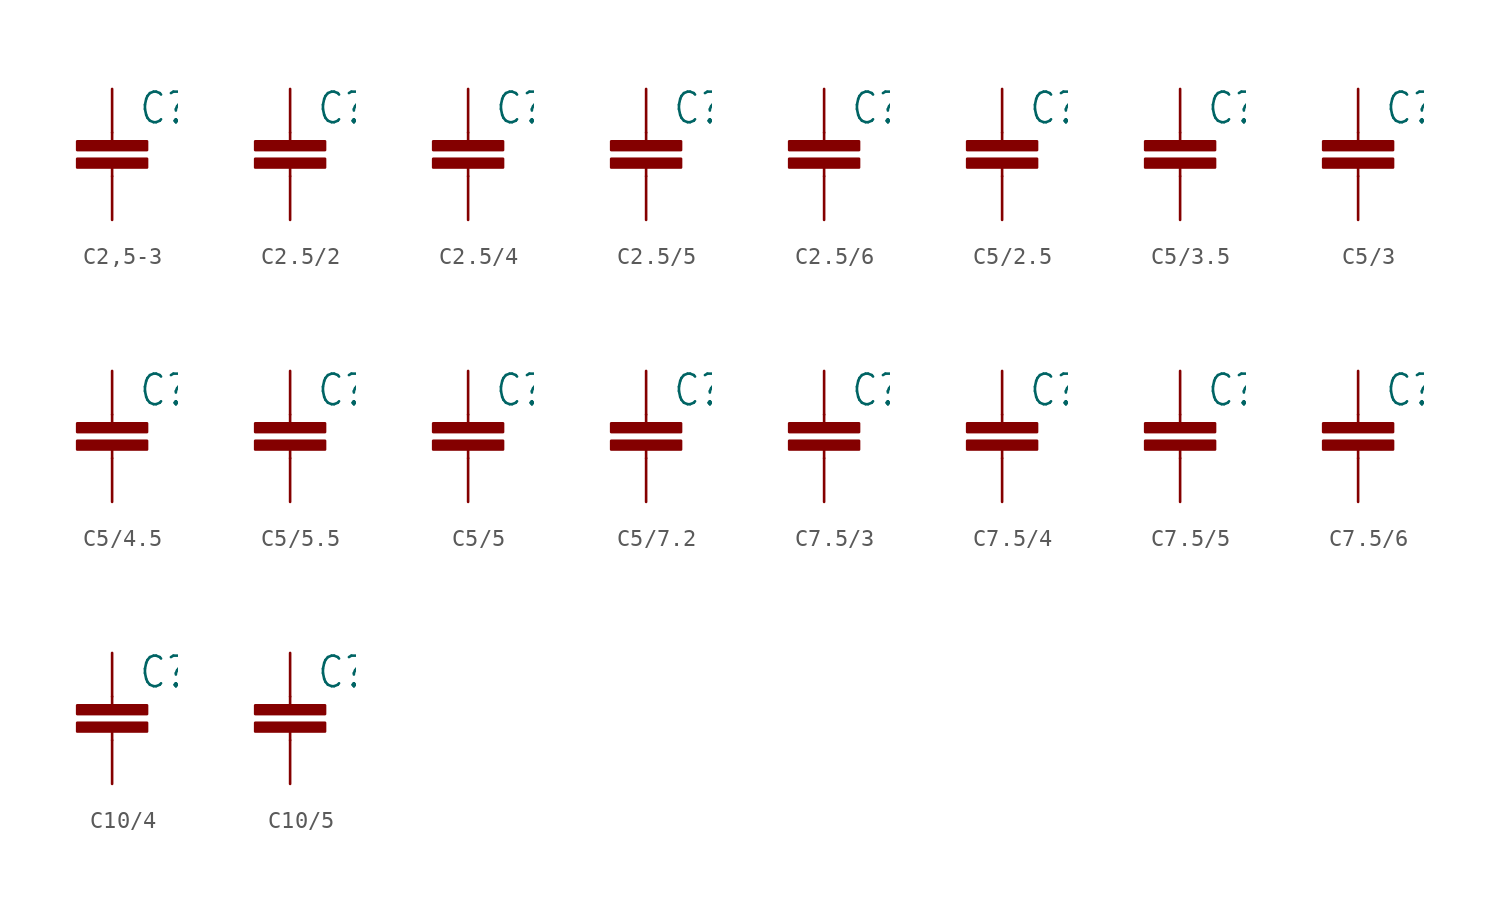
<source format=kicad_sym>
(kicad_symbol_lib
  (version 20241209)
  (generator "kicad_symbol_editor")
  (generator_version "9.0")
  (symbol "C2,5-3"
    (property "Reference" "C"
      (at 1.524 0.381 0)
      (effects (font (size 1.778 1.511)) (justify left bottom)))
    (property "Value" ""
      (at 1.524 -4.699 0)
      (effects (font (size 1.778 1.511)) (justify left bottom)))
    (property "ki_locked" ""
      (at 0 0 0)
      (effects (font (size 1.27 1.27))))
    (symbol "C2,5-3_1_0"
      (rectangle (start -2.032 -1.016) (end 2.032 -0.508) (stroke (width 0) (type default)) (fill (type outline)))
      (rectangle (start -2.032 -2.032) (end 2.032 -1.524) (stroke (width 0) (type default)) (fill (type outline)))
      (polyline (pts (xy 0 0) (xy 0 -0.508)) (stroke (width 0.152) (type solid)) (fill (type none)))
      (polyline (pts (xy 0 -2.54) (xy 0 -2.032)) (stroke (width 0.152) (type solid)) (fill (type none)))
      (pin passive line (at 0 2.54 270) (length 2.54) (name "1" (effects (font (size 0 0)))) (number "1" (effects (font (size 0 0)))))
      (pin passive line (at 0 -5.08 90) (length 2.54) (name "2" (effects (font (size 0 0)))) (number "2" (effects (font (size 0 0)))))))
  (symbol "C2.5/2"
    (property "Reference" "C"
      (at 1.524 0.381 0)
      (effects (font (size 1.778 1.511)) (justify left bottom)))
    (property "Value" ""
      (at 1.524 -4.699 0)
      (effects (font (size 1.778 1.511)) (justify left bottom)))
    (property "ki_locked" ""
      (at 0 0 0)
      (effects (font (size 1.27 1.27))))
    (symbol "C2.5/2_1_0"
      (rectangle (start -2.032 -1.016) (end 2.032 -0.508) (stroke (width 0) (type default)) (fill (type outline)))
      (rectangle (start -2.032 -2.032) (end 2.032 -1.524) (stroke (width 0) (type default)) (fill (type outline)))
      (polyline (pts (xy 0 0) (xy 0 -0.508)) (stroke (width 0.152) (type solid)) (fill (type none)))
      (polyline (pts (xy 0 -2.54) (xy 0 -2.032)) (stroke (width 0.152) (type solid)) (fill (type none)))
      (pin passive line (at 0 2.54 270) (length 2.54) (name "1" (effects (font (size 0 0)))) (number "1" (effects (font (size 0 0)))))
      (pin passive line (at 0 -5.08 90) (length 2.54) (name "2" (effects (font (size 0 0)))) (number "2" (effects (font (size 0 0)))))))
  (symbol "C2.5/4"
    (property "Reference" "C"
      (at 1.524 0.381 0)
      (effects (font (size 1.778 1.511)) (justify left bottom)))
    (property "Value" ""
      (at 1.524 -4.699 0)
      (effects (font (size 1.778 1.511)) (justify left bottom)))
    (property "ki_locked" ""
      (at 0 0 0)
      (effects (font (size 1.27 1.27))))
    (symbol "C2.5/4_1_0"
      (rectangle (start -2.032 -1.016) (end 2.032 -0.508) (stroke (width 0) (type default)) (fill (type outline)))
      (rectangle (start -2.032 -2.032) (end 2.032 -1.524) (stroke (width 0) (type default)) (fill (type outline)))
      (polyline (pts (xy 0 0) (xy 0 -0.508)) (stroke (width 0.152) (type solid)) (fill (type none)))
      (polyline (pts (xy 0 -2.54) (xy 0 -2.032)) (stroke (width 0.152) (type solid)) (fill (type none)))
      (pin passive line (at 0 2.54 270) (length 2.54) (name "1" (effects (font (size 0 0)))) (number "1" (effects (font (size 0 0)))))
      (pin passive line (at 0 -5.08 90) (length 2.54) (name "2" (effects (font (size 0 0)))) (number "2" (effects (font (size 0 0)))))))
  (symbol "C2.5/5"
    (property "Reference" "C"
      (at 1.524 0.381 0)
      (effects (font (size 1.778 1.511)) (justify left bottom)))
    (property "Value" ""
      (at 1.524 -4.699 0)
      (effects (font (size 1.778 1.511)) (justify left bottom)))
    (property "ki_locked" ""
      (at 0 0 0)
      (effects (font (size 1.27 1.27))))
    (symbol "C2.5/5_1_0"
      (rectangle (start -2.032 -1.016) (end 2.032 -0.508) (stroke (width 0) (type default)) (fill (type outline)))
      (rectangle (start -2.032 -2.032) (end 2.032 -1.524) (stroke (width 0) (type default)) (fill (type outline)))
      (polyline (pts (xy 0 0) (xy 0 -0.508)) (stroke (width 0.152) (type solid)) (fill (type none)))
      (polyline (pts (xy 0 -2.54) (xy 0 -2.032)) (stroke (width 0.152) (type solid)) (fill (type none)))
      (pin passive line (at 0 2.54 270) (length 2.54) (name "1" (effects (font (size 0 0)))) (number "1" (effects (font (size 0 0)))))
      (pin passive line (at 0 -5.08 90) (length 2.54) (name "2" (effects (font (size 0 0)))) (number "2" (effects (font (size 0 0)))))))
  (symbol "C2.5/6"
    (property "Reference" "C"
      (at 1.524 0.381 0)
      (effects (font (size 1.778 1.511)) (justify left bottom)))
    (property "Value" ""
      (at 1.524 -4.699 0)
      (effects (font (size 1.778 1.511)) (justify left bottom)))
    (property "ki_locked" ""
      (at 0 0 0)
      (effects (font (size 1.27 1.27))))
    (symbol "C2.5/6_1_0"
      (rectangle (start -2.032 -1.016) (end 2.032 -0.508) (stroke (width 0) (type default)) (fill (type outline)))
      (rectangle (start -2.032 -2.032) (end 2.032 -1.524) (stroke (width 0) (type default)) (fill (type outline)))
      (polyline (pts (xy 0 0) (xy 0 -0.508)) (stroke (width 0.152) (type solid)) (fill (type none)))
      (polyline (pts (xy 0 -2.54) (xy 0 -2.032)) (stroke (width 0.152) (type solid)) (fill (type none)))
      (pin passive line (at 0 2.54 270) (length 2.54) (name "1" (effects (font (size 0 0)))) (number "1" (effects (font (size 0 0)))))
      (pin passive line (at 0 -5.08 90) (length 2.54) (name "2" (effects (font (size 0 0)))) (number "2" (effects (font (size 0 0)))))))
  (symbol "C5/2.5"
    (property "Reference" "C"
      (at 1.524 0.381 0)
      (effects (font (size 1.778 1.511)) (justify left bottom)))
    (property "Value" ""
      (at 1.524 -4.699 0)
      (effects (font (size 1.778 1.511)) (justify left bottom)))
    (property "ki_locked" ""
      (at 0 0 0)
      (effects (font (size 1.27 1.27))))
    (symbol "C5/2.5_1_0"
      (rectangle (start -2.032 -1.016) (end 2.032 -0.508) (stroke (width 0) (type default)) (fill (type outline)))
      (rectangle (start -2.032 -2.032) (end 2.032 -1.524) (stroke (width 0) (type default)) (fill (type outline)))
      (polyline (pts (xy 0 0) (xy 0 -0.508)) (stroke (width 0.152) (type solid)) (fill (type none)))
      (polyline (pts (xy 0 -2.54) (xy 0 -2.032)) (stroke (width 0.152) (type solid)) (fill (type none)))
      (pin passive line (at 0 2.54 270) (length 2.54) (name "1" (effects (font (size 0 0)))) (number "1" (effects (font (size 0 0)))))
      (pin passive line (at 0 -5.08 90) (length 2.54) (name "2" (effects (font (size 0 0)))) (number "2" (effects (font (size 0 0)))))))
  (symbol "C5/3.5"
    (property "Reference" "C"
      (at 1.524 0.381 0)
      (effects (font (size 1.778 1.511)) (justify left bottom)))
    (property "Value" ""
      (at 1.524 -4.699 0)
      (effects (font (size 1.778 1.511)) (justify left bottom)))
    (property "ki_locked" ""
      (at 0 0 0)
      (effects (font (size 1.27 1.27))))
    (symbol "C5/3.5_1_0"
      (rectangle (start -2.032 -1.016) (end 2.032 -0.508) (stroke (width 0) (type default)) (fill (type outline)))
      (rectangle (start -2.032 -2.032) (end 2.032 -1.524) (stroke (width 0) (type default)) (fill (type outline)))
      (polyline (pts (xy 0 0) (xy 0 -0.508)) (stroke (width 0.152) (type solid)) (fill (type none)))
      (polyline (pts (xy 0 -2.54) (xy 0 -2.032)) (stroke (width 0.152) (type solid)) (fill (type none)))
      (pin passive line (at 0 2.54 270) (length 2.54) (name "1" (effects (font (size 0 0)))) (number "1" (effects (font (size 0 0)))))
      (pin passive line (at 0 -5.08 90) (length 2.54) (name "2" (effects (font (size 0 0)))) (number "2" (effects (font (size 0 0)))))))
  (symbol "C5/3"
    (property "Reference" "C"
      (at 1.524 0.381 0)
      (effects (font (size 1.778 1.511)) (justify left bottom)))
    (property "Value" ""
      (at 1.524 -4.699 0)
      (effects (font (size 1.778 1.511)) (justify left bottom)))
    (property "ki_locked" ""
      (at 0 0 0)
      (effects (font (size 1.27 1.27))))
    (symbol "C5/3_1_0"
      (rectangle (start -2.032 -1.016) (end 2.032 -0.508) (stroke (width 0) (type default)) (fill (type outline)))
      (rectangle (start -2.032 -2.032) (end 2.032 -1.524) (stroke (width 0) (type default)) (fill (type outline)))
      (polyline (pts (xy 0 0) (xy 0 -0.508)) (stroke (width 0.152) (type solid)) (fill (type none)))
      (polyline (pts (xy 0 -2.54) (xy 0 -2.032)) (stroke (width 0.152) (type solid)) (fill (type none)))
      (pin passive line (at 0 2.54 270) (length 2.54) (name "1" (effects (font (size 0 0)))) (number "1" (effects (font (size 0 0)))))
      (pin passive line (at 0 -5.08 90) (length 2.54) (name "2" (effects (font (size 0 0)))) (number "2" (effects (font (size 0 0)))))))
  (symbol "C5/4.5"
    (property "Reference" "C"
      (at 1.524 0.381 0)
      (effects (font (size 1.778 1.511)) (justify left bottom)))
    (property "Value" ""
      (at 1.524 -4.699 0)
      (effects (font (size 1.778 1.511)) (justify left bottom)))
    (property "ki_locked" ""
      (at 0 0 0)
      (effects (font (size 1.27 1.27))))
    (symbol "C5/4.5_1_0"
      (rectangle (start -2.032 -1.016) (end 2.032 -0.508) (stroke (width 0) (type default)) (fill (type outline)))
      (rectangle (start -2.032 -2.032) (end 2.032 -1.524) (stroke (width 0) (type default)) (fill (type outline)))
      (polyline (pts (xy 0 0) (xy 0 -0.508)) (stroke (width 0.152) (type solid)) (fill (type none)))
      (polyline (pts (xy 0 -2.54) (xy 0 -2.032)) (stroke (width 0.152) (type solid)) (fill (type none)))
      (pin passive line (at 0 2.54 270) (length 2.54) (name "1" (effects (font (size 0 0)))) (number "1" (effects (font (size 0 0)))))
      (pin passive line (at 0 -5.08 90) (length 2.54) (name "2" (effects (font (size 0 0)))) (number "2" (effects (font (size 0 0)))))))
  (symbol "C5/5.5"
    (property "Reference" "C"
      (at 1.524 0.381 0)
      (effects (font (size 1.778 1.511)) (justify left bottom)))
    (property "Value" ""
      (at 1.524 -4.699 0)
      (effects (font (size 1.778 1.511)) (justify left bottom)))
    (property "ki_locked" ""
      (at 0 0 0)
      (effects (font (size 1.27 1.27))))
    (symbol "C5/5.5_1_0"
      (rectangle (start -2.032 -1.016) (end 2.032 -0.508) (stroke (width 0) (type default)) (fill (type outline)))
      (rectangle (start -2.032 -2.032) (end 2.032 -1.524) (stroke (width 0) (type default)) (fill (type outline)))
      (polyline (pts (xy 0 0) (xy 0 -0.508)) (stroke (width 0.152) (type solid)) (fill (type none)))
      (polyline (pts (xy 0 -2.54) (xy 0 -2.032)) (stroke (width 0.152) (type solid)) (fill (type none)))
      (pin passive line (at 0 2.54 270) (length 2.54) (name "1" (effects (font (size 0 0)))) (number "1" (effects (font (size 0 0)))))
      (pin passive line (at 0 -5.08 90) (length 2.54) (name "2" (effects (font (size 0 0)))) (number "2" (effects (font (size 0 0)))))))
  (symbol "C5/5"
    (property "Reference" "C"
      (at 1.524 0.381 0)
      (effects (font (size 1.778 1.511)) (justify left bottom)))
    (property "Value" ""
      (at 1.524 -4.699 0)
      (effects (font (size 1.778 1.511)) (justify left bottom)))
    (property "ki_locked" ""
      (at 0 0 0)
      (effects (font (size 1.27 1.27))))
    (symbol "C5/5_1_0"
      (rectangle (start -2.032 -1.016) (end 2.032 -0.508) (stroke (width 0) (type default)) (fill (type outline)))
      (rectangle (start -2.032 -2.032) (end 2.032 -1.524) (stroke (width 0) (type default)) (fill (type outline)))
      (polyline (pts (xy 0 0) (xy 0 -0.508)) (stroke (width 0.152) (type solid)) (fill (type none)))
      (polyline (pts (xy 0 -2.54) (xy 0 -2.032)) (stroke (width 0.152) (type solid)) (fill (type none)))
      (pin passive line (at 0 2.54 270) (length 2.54) (name "1" (effects (font (size 0 0)))) (number "1" (effects (font (size 0 0)))))
      (pin passive line (at 0 -5.08 90) (length 2.54) (name "2" (effects (font (size 0 0)))) (number "2" (effects (font (size 0 0)))))))
  (symbol "C5/7.2"
    (property "Reference" "C"
      (at 1.524 0.381 0)
      (effects (font (size 1.778 1.511)) (justify left bottom)))
    (property "Value" ""
      (at 1.524 -4.699 0)
      (effects (font (size 1.778 1.511)) (justify left bottom)))
    (property "ki_locked" ""
      (at 0 0 0)
      (effects (font (size 1.27 1.27))))
    (symbol "C5/7.2_1_0"
      (rectangle (start -2.032 -1.016) (end 2.032 -0.508) (stroke (width 0) (type default)) (fill (type outline)))
      (rectangle (start -2.032 -2.032) (end 2.032 -1.524) (stroke (width 0) (type default)) (fill (type outline)))
      (polyline (pts (xy 0 0) (xy 0 -0.508)) (stroke (width 0.152) (type solid)) (fill (type none)))
      (polyline (pts (xy 0 -2.54) (xy 0 -2.032)) (stroke (width 0.152) (type solid)) (fill (type none)))
      (pin passive line (at 0 2.54 270) (length 2.54) (name "1" (effects (font (size 0 0)))) (number "1" (effects (font (size 0 0)))))
      (pin passive line (at 0 -5.08 90) (length 2.54) (name "2" (effects (font (size 0 0)))) (number "2" (effects (font (size 0 0)))))))
  (symbol "C7.5/3"
    (property "Reference" "C"
      (at 1.524 0.381 0)
      (effects (font (size 1.778 1.511)) (justify left bottom)))
    (property "Value" ""
      (at 1.524 -4.699 0)
      (effects (font (size 1.778 1.511)) (justify left bottom)))
    (property "ki_locked" ""
      (at 0 0 0)
      (effects (font (size 1.27 1.27))))
    (symbol "C7.5/3_1_0"
      (rectangle (start -2.032 -1.016) (end 2.032 -0.508) (stroke (width 0) (type default)) (fill (type outline)))
      (rectangle (start -2.032 -2.032) (end 2.032 -1.524) (stroke (width 0) (type default)) (fill (type outline)))
      (polyline (pts (xy 0 0) (xy 0 -0.508)) (stroke (width 0.152) (type solid)) (fill (type none)))
      (polyline (pts (xy 0 -2.54) (xy 0 -2.032)) (stroke (width 0.152) (type solid)) (fill (type none)))
      (pin passive line (at 0 2.54 270) (length 2.54) (name "1" (effects (font (size 0 0)))) (number "1" (effects (font (size 0 0)))))
      (pin passive line (at 0 -5.08 90) (length 2.54) (name "2" (effects (font (size 0 0)))) (number "2" (effects (font (size 0 0)))))))
  (symbol "C7.5/4"
    (property "Reference" "C"
      (at 1.524 0.381 0)
      (effects (font (size 1.778 1.511)) (justify left bottom)))
    (property "Value" ""
      (at 1.524 -4.699 0)
      (effects (font (size 1.778 1.511)) (justify left bottom)))
    (property "ki_locked" ""
      (at 0 0 0)
      (effects (font (size 1.27 1.27))))
    (symbol "C7.5/4_1_0"
      (rectangle (start -2.032 -1.016) (end 2.032 -0.508) (stroke (width 0) (type default)) (fill (type outline)))
      (rectangle (start -2.032 -2.032) (end 2.032 -1.524) (stroke (width 0) (type default)) (fill (type outline)))
      (polyline (pts (xy 0 0) (xy 0 -0.508)) (stroke (width 0.152) (type solid)) (fill (type none)))
      (polyline (pts (xy 0 -2.54) (xy 0 -2.032)) (stroke (width 0.152) (type solid)) (fill (type none)))
      (pin passive line (at 0 2.54 270) (length 2.54) (name "1" (effects (font (size 0 0)))) (number "1" (effects (font (size 0 0)))))
      (pin passive line (at 0 -5.08 90) (length 2.54) (name "2" (effects (font (size 0 0)))) (number "2" (effects (font (size 0 0)))))))
  (symbol "C7.5/5"
    (property "Reference" "C"
      (at 1.524 0.381 0)
      (effects (font (size 1.778 1.511)) (justify left bottom)))
    (property "Value" ""
      (at 1.524 -4.699 0)
      (effects (font (size 1.778 1.511)) (justify left bottom)))
    (property "ki_locked" ""
      (at 0 0 0)
      (effects (font (size 1.27 1.27))))
    (symbol "C7.5/5_1_0"
      (rectangle (start -2.032 -1.016) (end 2.032 -0.508) (stroke (width 0) (type default)) (fill (type outline)))
      (rectangle (start -2.032 -2.032) (end 2.032 -1.524) (stroke (width 0) (type default)) (fill (type outline)))
      (polyline (pts (xy 0 0) (xy 0 -0.508)) (stroke (width 0.152) (type solid)) (fill (type none)))
      (polyline (pts (xy 0 -2.54) (xy 0 -2.032)) (stroke (width 0.152) (type solid)) (fill (type none)))
      (pin passive line (at 0 2.54 270) (length 2.54) (name "1" (effects (font (size 0 0)))) (number "1" (effects (font (size 0 0)))))
      (pin passive line (at 0 -5.08 90) (length 2.54) (name "2" (effects (font (size 0 0)))) (number "2" (effects (font (size 0 0)))))))
  (symbol "C7.5/6"
    (property "Reference" "C"
      (at 1.524 0.381 0)
      (effects (font (size 1.778 1.511)) (justify left bottom)))
    (property "Value" ""
      (at 1.524 -4.699 0)
      (effects (font (size 1.778 1.511)) (justify left bottom)))
    (property "ki_locked" ""
      (at 0 0 0)
      (effects (font (size 1.27 1.27))))
    (symbol "C7.5/6_1_0"
      (rectangle (start -2.032 -1.016) (end 2.032 -0.508) (stroke (width 0) (type default)) (fill (type outline)))
      (rectangle (start -2.032 -2.032) (end 2.032 -1.524) (stroke (width 0) (type default)) (fill (type outline)))
      (polyline (pts (xy 0 0) (xy 0 -0.508)) (stroke (width 0.152) (type solid)) (fill (type none)))
      (polyline (pts (xy 0 -2.54) (xy 0 -2.032)) (stroke (width 0.152) (type solid)) (fill (type none)))
      (pin passive line (at 0 2.54 270) (length 2.54) (name "1" (effects (font (size 0 0)))) (number "1" (effects (font (size 0 0)))))
      (pin passive line (at 0 -5.08 90) (length 2.54) (name "2" (effects (font (size 0 0)))) (number "2" (effects (font (size 0 0)))))))
  (symbol "C10/4"
    (property "Reference" "C"
      (at 1.524 0.381 0)
      (effects (font (size 1.778 1.511)) (justify left bottom)))
    (property "Value" ""
      (at 1.524 -4.699 0)
      (effects (font (size 1.778 1.511)) (justify left bottom)))
    (property "ki_locked" ""
      (at 0 0 0)
      (effects (font (size 1.27 1.27))))
    (symbol "C10/4_1_0"
      (rectangle (start -2.032 -1.016) (end 2.032 -0.508) (stroke (width 0) (type default)) (fill (type outline)))
      (rectangle (start -2.032 -2.032) (end 2.032 -1.524) (stroke (width 0) (type default)) (fill (type outline)))
      (polyline (pts (xy 0 0) (xy 0 -0.508)) (stroke (width 0.152) (type solid)) (fill (type none)))
      (polyline (pts (xy 0 -2.54) (xy 0 -2.032)) (stroke (width 0.152) (type solid)) (fill (type none)))
      (pin passive line (at 0 2.54 270) (length 2.54) (name "1" (effects (font (size 0 0)))) (number "1" (effects (font (size 0 0)))))
      (pin passive line (at 0 -5.08 90) (length 2.54) (name "2" (effects (font (size 0 0)))) (number "2" (effects (font (size 0 0)))))))
  (symbol "C10/5"
    (property "Reference" "C"
      (at 1.524 0.381 0)
      (effects (font (size 1.778 1.511)) (justify left bottom)))
    (property "Value" ""
      (at 1.524 -4.699 0)
      (effects (font (size 1.778 1.511)) (justify left bottom)))
    (property "ki_locked" ""
      (at 0 0 0)
      (effects (font (size 1.27 1.27))))
    (symbol "C10/5_1_0"
      (rectangle (start -2.032 -1.016) (end 2.032 -0.508) (stroke (width 0) (type default)) (fill (type outline)))
      (rectangle (start -2.032 -2.032) (end 2.032 -1.524) (stroke (width 0) (type default)) (fill (type outline)))
      (polyline (pts (xy 0 0) (xy 0 -0.508)) (stroke (width 0.152) (type solid)) (fill (type none)))
      (polyline (pts (xy 0 -2.54) (xy 0 -2.032)) (stroke (width 0.152) (type solid)) (fill (type none)))
      (pin passive line (at 0 2.54 270) (length 2.54) (name "1" (effects (font (size 0 0)))) (number "1" (effects (font (size 0 0)))))
      (pin passive line (at 0 -5.08 90) (length 2.54) (name "2" (effects (font (size 0 0)))) (number "2" (effects (font (size 0 0))))))))
</source>
